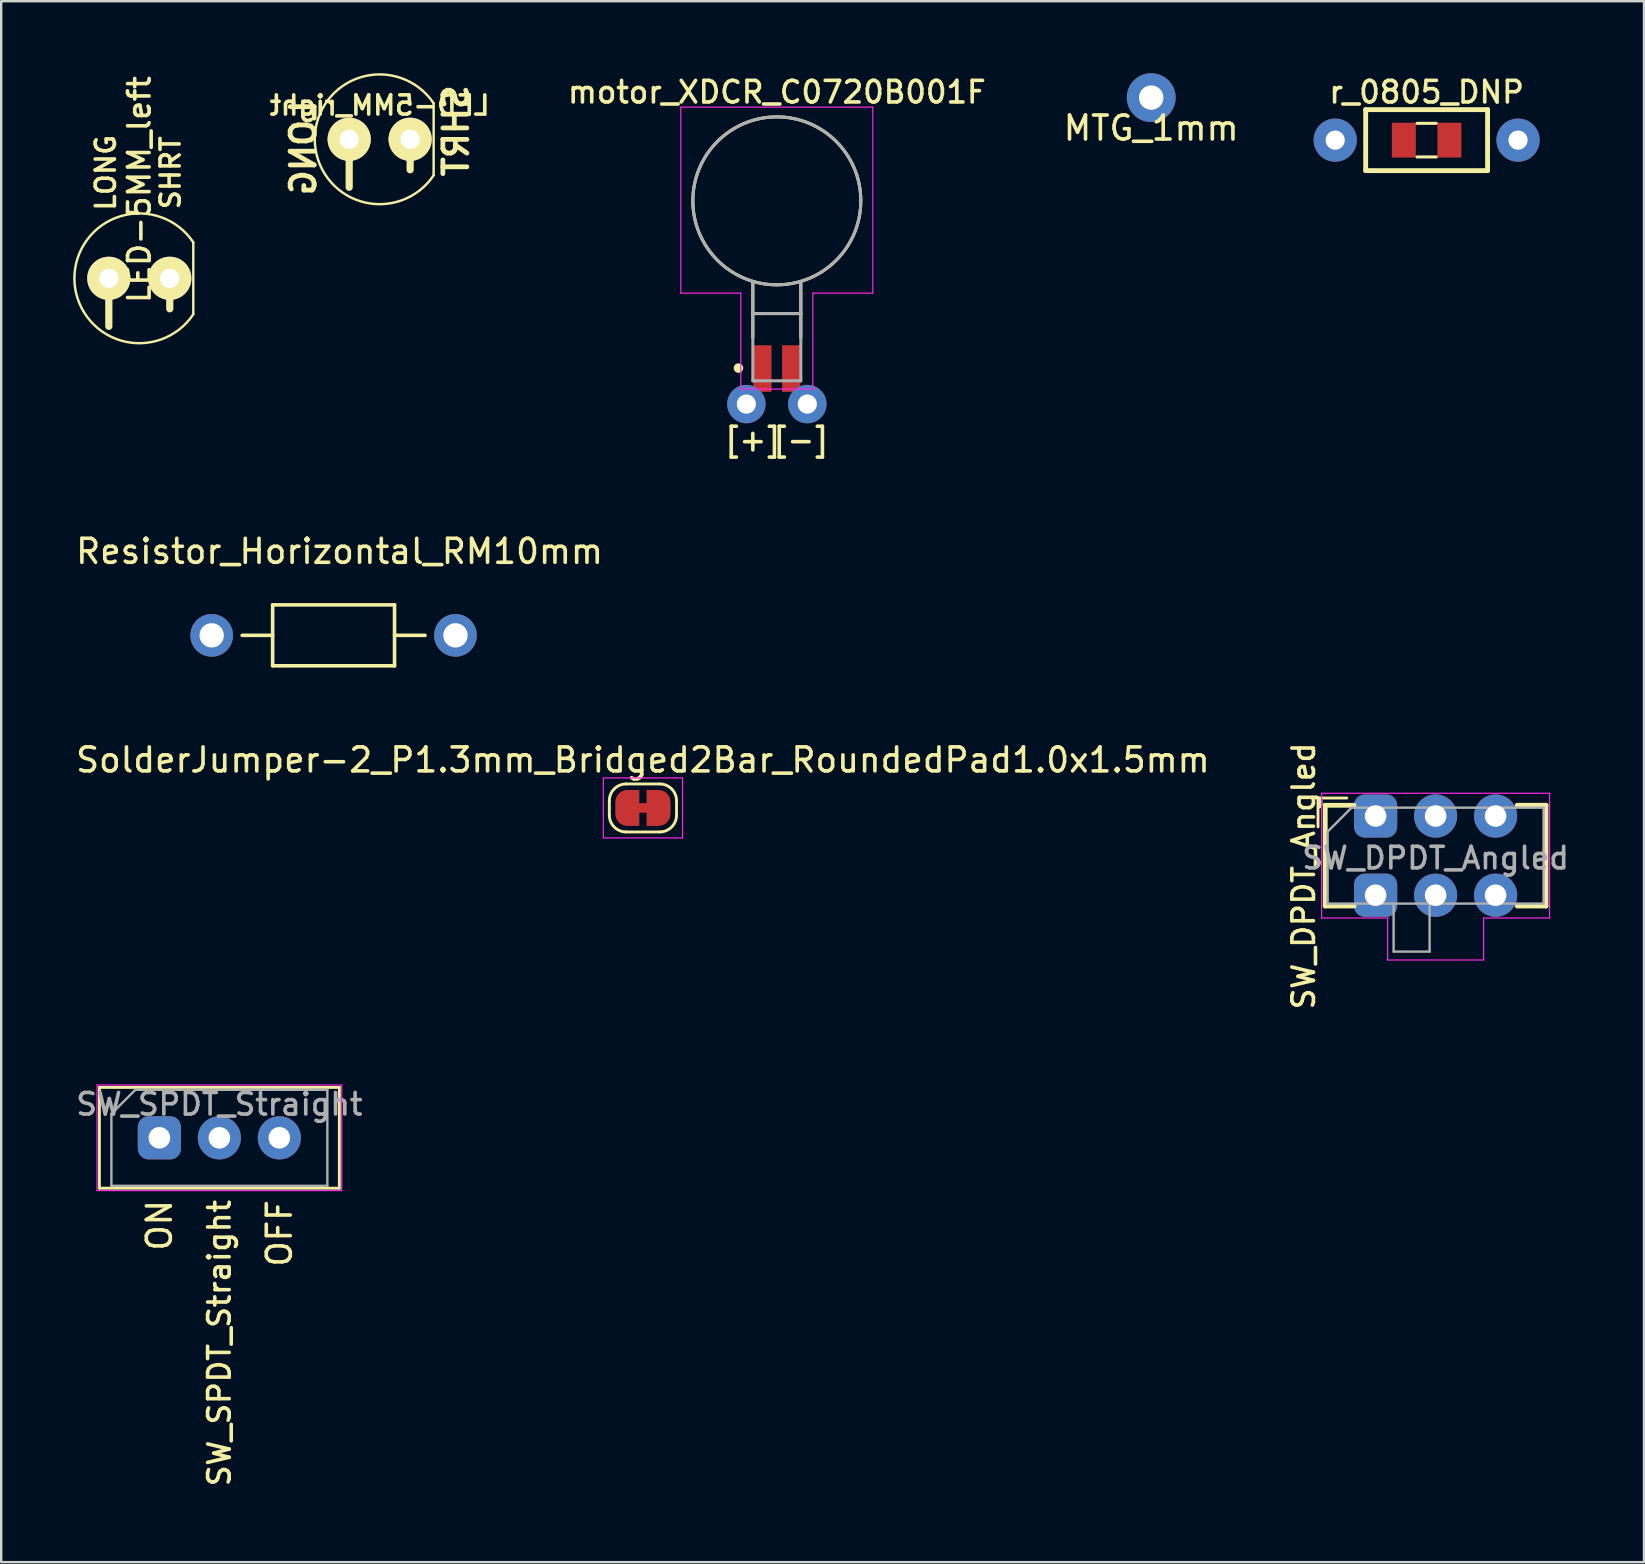
<source format=kicad_pcb>
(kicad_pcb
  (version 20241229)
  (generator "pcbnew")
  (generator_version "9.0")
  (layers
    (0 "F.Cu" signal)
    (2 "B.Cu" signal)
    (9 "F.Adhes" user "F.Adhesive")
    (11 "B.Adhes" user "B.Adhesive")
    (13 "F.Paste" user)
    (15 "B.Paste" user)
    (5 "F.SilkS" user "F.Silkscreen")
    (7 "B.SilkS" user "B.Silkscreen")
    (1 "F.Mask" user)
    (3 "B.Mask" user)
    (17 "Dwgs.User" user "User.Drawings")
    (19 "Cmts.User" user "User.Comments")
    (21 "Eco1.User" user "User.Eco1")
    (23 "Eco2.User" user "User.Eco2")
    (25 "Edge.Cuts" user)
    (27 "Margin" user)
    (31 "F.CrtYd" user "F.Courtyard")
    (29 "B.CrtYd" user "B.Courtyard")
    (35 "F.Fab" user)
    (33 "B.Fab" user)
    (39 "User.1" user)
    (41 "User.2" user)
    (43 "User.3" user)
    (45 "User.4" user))
  (footprint "SW_DPDT_Angled"
    (layer "F.Cu")
    (at 54.278 30.958)
    (property "Reference" "SW_DPDT_Angled" (at -3 2.5 270) (layer "F.SilkS") (effects (font (size 0.9 0.9) (thickness 0.15))))
    (attr through_hole)
    (fp_line (start -2.4 -0.75) (end -2.4 0.45) (stroke (width 0.12) (type solid)) (layer "F.SilkS"))
    (fp_line (start -2.1 -0.45) (end -2.1 3.75) (stroke (width 0.2) (type solid)) (layer "F.SilkS"))
    (fp_line (start -2.1 3.75) (end -0.9 3.75) (stroke (width 0.2) (type solid)) (layer "F.SilkS"))
    (fp_line (start -1.2 -0.75) (end -2.4 -0.75) (stroke (width 0.12) (type solid)) (layer "F.SilkS"))
    (fp_line (start -0.9 -0.45) (end -2.1 -0.45) (stroke (width 0.2) (type solid)) (layer "F.SilkS"))
    (fp_line (start 5.9 -0.45) (end 7.1 -0.45) (stroke (width 0.2) (type solid)) (layer "F.SilkS"))
    (fp_line (start 7.1 -0.45) (end 7.1 3.75) (stroke (width 0.2) (type solid)) (layer "F.SilkS"))
    (fp_line (start 7.1 3.75) (end 5.9 3.75) (stroke (width 0.2) (type solid)) (layer "F.SilkS"))
    (fp_line (start -2.25 -0.95) (end 7.25 -0.95) (stroke (width 0.05) (type solid)) (layer "F.CrtYd"))
    (fp_line (start -2.25 4.25) (end -2.25 -0.95) (stroke (width 0.05) (type solid)) (layer "F.CrtYd"))
    (fp_line (start 0.5 4.25) (end -2.25 4.25) (stroke (width 0.05) (type solid)) (layer "F.CrtYd"))
    (fp_line (start 0.5 4.25) (end 0.5 6) (stroke (width 0.05) (type solid)) (layer "F.CrtYd"))
    (fp_line (start 4.5 6) (end 0.5 6) (stroke (width 0.05) (type solid)) (layer "F.CrtYd"))
    (fp_line (start 4.5 6) (end 4.5 4.25) (stroke (width 0.05) (type solid)) (layer "F.CrtYd"))
    (fp_line (start 7.25 -0.95) (end 7.25 4.25) (stroke (width 0.05) (type solid)) (layer "F.CrtYd"))
    (fp_line (start 7.25 4.25) (end 4.5 4.25) (stroke (width 0.05) (type solid)) (layer "F.CrtYd"))
    (fp_line (start -2 3.65) (end -2 0.65) (stroke (width 0.1) (type solid)) (layer "F.Fab"))
    (fp_line (start -1 -0.35) (end -2 0.65) (stroke (width 0.1) (type solid)) (layer "F.Fab"))
    (fp_line (start -1 -0.35) (end 7 -0.35) (stroke (width 0.1) (type solid)) (layer "F.Fab"))
    (fp_line (start 0.75 3.65) (end 0.75 5.65) (stroke (width 0.1) (type solid)) (layer "F.Fab"))
    (fp_line (start 0.75 5.65) (end 2.25 5.65) (stroke (width 0.1) (type solid)) (layer "F.Fab"))
    (fp_line (start 2.25 5.65) (end 2.25 3.65) (stroke (width 0.1) (type solid)) (layer "F.Fab"))
    (fp_line (start 7 -0.35) (end 7 3.65) (stroke (width 0.1) (type solid)) (layer "F.Fab"))
    (fp_line (start 7 3.65) (end -2 3.65) (stroke (width 0.1) (type solid)) (layer "F.Fab"))
    (fp_text user "${REFERENCE}" (at 2.5 1.75 0) (layer "F.Fab") (effects (font (size 0.9 0.9) (thickness 0.15))))
    (pad "1" thru_hole roundrect (at 0 0) (size 1.8 1.8) (drill 0.9) (layers "*.Cu" "*.Mask") (roundrect_rratio 0.25))
    (pad "1" thru_hole roundrect (at 0 3.3) (size 1.8 1.8) (drill 0.9) (layers "*.Cu" "*.Mask") (roundrect_rratio 0.25))
    (pad "2" thru_hole circle (at 2.5 0) (size 1.8 1.8) (drill 0.9) (layers "*.Cu" "*.Mask"))
    (pad "2" thru_hole circle (at 2.5 3.3) (size 1.8 1.8) (drill 0.9) (layers "*.Cu" "*.Mask"))
    (pad "3" thru_hole circle (at 5 0) (size 1.8 1.8) (drill 0.9) (layers "*.Cu" "*.Mask"))
    (pad "3" thru_hole circle (at 5 3.3) (size 1.8 1.8) (drill 0.9) (layers "*.Cu" "*.Mask")))
  (footprint "SolderJumper-2_P1.3mm_Bridged2Bar_RoundedPad1.0x1.5mm"
    (layer "F.Cu")
    (at 23.744 30.621)
    (property "Reference" "SolderJumper-2_P1.3mm_Bridged2Bar_RoundedPad1.0x1.5mm" (at 0 -2 0) (layer "F.SilkS") (effects (font (size 1 1) (thickness 0.15))))
    (attr exclude_from_pos_files exclude_from_bom)
    (fp_poly (pts (xy -0.25 -0.2) (xy 0.25 -0.2) (xy 0.25 0.2) (xy -0.25 0.2)) (stroke (width 0) (type solid)) (fill yes) (layer "F.Cu"))
    (fp_poly (pts (xy -0.25 -0.2) (xy 0.25 -0.2) (xy 0.25 0.2) (xy -0.25 0.2)) (stroke (width 0) (type solid)) (fill yes) (layer "F.Mask"))
    (fp_line (start -1.4 0.3) (end -1.4 -0.3) (stroke (width 0.12) (type solid)) (layer "F.SilkS"))
    (fp_line (start -0.7 -1) (end 0.7 -1) (stroke (width 0.12) (type solid)) (layer "F.SilkS"))
    (fp_line (start 0.7 1) (end -0.7 1) (stroke (width 0.12) (type solid)) (layer "F.SilkS"))
    (fp_line (start 1.4 -0.3) (end 1.4 0.3) (stroke (width 0.12) (type solid)) (layer "F.SilkS"))
    (fp_arc (start -1.4 -0.3) (mid -1.194975 -0.794975) (end -0.7 -1) (stroke (width 0.12) (type solid)) (layer "F.SilkS"))
    (fp_arc (start -0.7 1) (mid -1.194975 0.794975) (end -1.4 0.3) (stroke (width 0.12) (type solid)) (layer "F.SilkS"))
    (fp_arc (start 0.7 -1) (mid 1.194975 -0.794975) (end 1.4 -0.3) (stroke (width 0.12) (type solid)) (layer "F.SilkS"))
    (fp_arc (start 1.4 0.3) (mid 1.194975 0.794975) (end 0.7 1) (stroke (width 0.12) (type solid)) (layer "F.SilkS"))
    (fp_line (start -1.65 -1.25) (end -1.65 1.25) (stroke (width 0.05) (type solid)) (layer "F.CrtYd"))
    (fp_line (start -1.65 -1.25) (end 1.65 -1.25) (stroke (width 0.05) (type solid)) (layer "F.CrtYd"))
    (fp_line (start 1.65 1.25) (end -1.65 1.25) (stroke (width 0.05) (type solid)) (layer "F.CrtYd"))
    (fp_line (start 1.65 1.25) (end 1.65 -1.25) (stroke (width 0.05) (type solid)) (layer "F.CrtYd"))
    (pad "1" smd custom (at -0.65 0) (size 1 0.5) (layers "F.Cu" "F.Mask") (options (anchor rect)) (primitives (gr_circle (center 0 0.25) (end 0.5 0.25) (width 0) (fill yes)) (gr_circle (center 0 -0.25) (end 0.5 -0.25) (width 0) (fill yes)) (gr_poly (pts (xy 0.5 0.75) (xy 0.5 -0.75) (xy 0 -0.75) (xy 0 0.75)) (width 0) (fill yes))))
    (pad "2" smd custom (at 0.65 0) (size 1 0.5) (layers "F.Cu" "F.Mask") (options (anchor rect)) (primitives (gr_circle (center 0 0.25) (end 0.5 0.25) (width 0) (fill yes)) (gr_circle (center 0 -0.25) (end 0.5 -0.25) (width 0) (fill yes)) (gr_poly (pts (xy -0.5 0.75) (xy -0.5 -0.75) (xy 0 -0.75) (xy 0 0.75)) (width 0) (fill yes)))))
  (footprint "r_0805_DNP"
    (layer "F.Cu")
    (at 56.404 2.79)
    (property "Reference" "r_0805_DNP" (at 0 -2 0) (layer "F.SilkS") (effects (font (size 0.9 0.9) (thickness 0.15))))
    (attr smd)
    (fp_line (start -2.54 -1.27) (end -2.54 1.27) (stroke (width 0.203) (type solid)) (layer "F.SilkS"))
    (fp_line (start -2.54 1.27) (end 2.54 1.27) (stroke (width 0.203) (type solid)) (layer "F.SilkS"))
    (fp_line (start -0.4 -0.7) (end 0.4 -0.7) (stroke (width 0.127) (type solid)) (layer "F.SilkS"))
    (fp_line (start 0.4 0.7) (end -0.4 0.7) (stroke (width 0.127) (type solid)) (layer "F.SilkS"))
    (fp_line (start 2.54 -1.27) (end -2.54 -1.27) (stroke (width 0.203) (type solid)) (layer "F.SilkS"))
    (fp_line (start 2.54 1.27) (end 2.54 -1.27) (stroke (width 0.203) (type solid)) (layer "F.SilkS"))
    (pad "1" thru_hole circle (at -3.81 0) (size 1.8 1.8) (drill 0.8) (layers "*.Cu" "*.Mask"))
    (pad "1" smd rect (at -0.95 0) (size 1 1.45) (layers "F.Cu" "F.Mask" "F.Paste"))
    (pad "2" smd rect (at 0.95 0) (size 1 1.45) (layers "F.Cu" "F.Mask" "F.Paste"))
    (pad "2" thru_hole circle (at 3.81 0) (size 1.8 1.8) (drill 0.8) (layers "*.Cu" "*.Mask")))
  (footprint "SW_SPDT_Straight"
    (layer "F.Cu")
    (at 6.092 44.368)
    (property "Reference" "SW_SPDT_Straight" (at 0 2.5 90) (layer "F.SilkS") (effects (font (size 0.9 0.9) (thickness 0.15)) (justify right)))
    (attr through_hole)
    (fp_line (start -5 -2.1) (end 5 -2.1) (stroke (width 0.12) (type solid)) (layer "F.SilkS"))
    (fp_line (start -5 2.1) (end -5 -2.1) (stroke (width 0.12) (type solid)) (layer "F.SilkS"))
    (fp_line (start 5 -2.1) (end 5 2.1) (stroke (width 0.12) (type solid)) (layer "F.SilkS"))
    (fp_line (start 5 2.1) (end -5 2.1) (stroke (width 0.12) (type solid)) (layer "F.SilkS"))
    (fp_line (start -5.1 -2.2) (end 5.1 -2.2) (stroke (width 0.05) (type solid)) (layer "F.CrtYd"))
    (fp_line (start -5.1 2.2) (end -5.1 -2.2) (stroke (width 0.05) (type solid)) (layer "F.CrtYd"))
    (fp_line (start 5.1 -2.2) (end 5.1 2.2) (stroke (width 0.05) (type solid)) (layer "F.CrtYd"))
    (fp_line (start 5.1 2.2) (end -5.1 2.2) (stroke (width 0.05) (type solid)) (layer "F.CrtYd"))
    (fp_line (start -4.5 2) (end -4.5 -1) (stroke (width 0.1) (type solid)) (layer "F.Fab"))
    (fp_line (start -3.5 -2) (end -4.5 -1) (stroke (width 0.1) (type solid)) (layer "F.Fab"))
    (fp_line (start -3.5 -2) (end 4.5 -2) (stroke (width 0.1) (type solid)) (layer "F.Fab"))
    (fp_line (start 4.5 -2) (end 4.5 2) (stroke (width 0.1) (type solid)) (layer "F.Fab"))
    (fp_line (start 4.5 2) (end -4.5 2) (stroke (width 0.1) (type solid)) (layer "F.Fab"))
    (fp_text user "ON" (at -2.5 2.5 270) (layer "F.SilkS") (effects (font (size 1 1) (thickness 0.15)) (justify right)))
    (fp_text user "OFF" (at 2.5 2.5 270) (layer "F.SilkS") (effects (font (size 1 1) (thickness 0.15)) (justify right)))
    (fp_text user "${REFERENCE}" (at 0 -1.4 0) (layer "F.Fab") (effects (font (size 0.9 0.9) (thickness 0.15))))
    (pad "1" thru_hole roundrect (at -2.5 0) (size 1.8 1.8) (drill 0.9) (layers "*.Cu" "*.Mask") (roundrect_rratio 0.25))
    (pad "2" thru_hole circle (at 0 0) (size 1.8 1.8) (drill 0.9) (layers "*.Cu" "*.Mask"))
    (pad "3" thru_hole circle (at 2.5 0) (size 1.8 1.8) (drill 0.9) (layers "*.Cu" "*.Mask")))
  (footprint "LED-5MM_left"
    (layer "F.Cu")
    (at 2.755 8.549)
    (property "Reference" "LED-5MM_left" (at 0 -3.7 270) (layer "F.SilkS") (effects (font (size 0.9 0.9) (thickness 0.15))))
    (attr through_hole)
    (fp_line (start -1.27 0) (end -1.27 2) (stroke (width 0.3) (type solid)) (layer "F.SilkS"))
    (fp_line (start 1.27 0) (end 1.27 1.27) (stroke (width 0.3) (type solid)) (layer "F.SilkS"))
    (fp_line (start 2.25 -1.5) (end 2.25 1.5) (stroke (width 0.102) (type solid)) (layer "F.SilkS"))
    (fp_arc (start 2.25 1.5) (mid -2.704163 0.000469) (end 2.24948 -1.50078) (stroke (width 0.1016) (type solid)) (layer "F.SilkS"))
    (fp_text user "SHRT" (at 1.3 -4.4 90) (layer "F.SilkS") (effects (font (size 0.8 0.8) (thickness 0.15))))
    (fp_text user "LONG" (at -1.4 -4.4 90) (layer "F.SilkS") (effects (font (size 0.8 0.8) (thickness 0.15))))
    (pad "1" thru_hole circle (at -1.27 0) (size 1.8 1.8) (drill 0.8) (layers "*.Cu" "*.Mask" "F.SilkS"))
    (pad "2" thru_hole circle (at 1.27 0) (size 1.8 1.8) (drill 0.8) (layers "*.Cu" "*.Mask" "F.SilkS")))
  (footprint "LED-5MM_right"
    (layer "F.Cu")
    (at 12.772 2.755)
    (property "Reference" "LED-5MM_right" (at 0 -1.414 0) (layer "F.SilkS") (effects (font (size 0.8 0.8) (thickness 0.15)) (justify mirror)))
    (attr through_hole)
    (fp_line (start -1.27 0) (end -1.27 2) (stroke (width 0.3) (type solid)) (layer "F.SilkS"))
    (fp_line (start 1.27 0) (end 1.27 1.27) (stroke (width 0.3) (type solid)) (layer "F.SilkS"))
    (fp_line (start 2.25 -1.5) (end 2.25 1.5) (stroke (width 0.102) (type solid)) (layer "F.SilkS"))
    (fp_arc (start 2.25 1.5) (mid -2.704163 0.000469) (end 2.24948 -1.50078) (stroke (width 0.1016) (type solid)) (layer "F.SilkS"))
    (fp_text user "LONG" (at -3.182 0.354 270) (layer "F.SilkS") (effects (font (size 1 1) (thickness 0.2)) (justify mirror)))
    (fp_text user "SHRT" (at 3.182 -0.354 270) (layer "F.SilkS") (effects (font (size 1 1) (thickness 0.2)) (justify mirror)))
    (pad "1" thru_hole circle (at -1.27 0) (size 1.8 1.8) (drill 0.8) (layers "*.Cu" "*.Mask" "F.SilkS"))
    (pad "2" thru_hole circle (at 1.27 0) (size 1.8 1.8) (drill 0.8) (layers "*.Cu" "*.Mask" "F.SilkS")))
  (footprint "motor_XDCR_C0720B001F"
    (layer "F.Cu")
    (at 29.324 7.29)
    (property "Reference" "motor_XDCR_C0720B001F" (at 0 -6.5 180) (layer "F.SilkS") (effects (font (size 0.9 0.9) (thickness 0.15))))
    (attr through_hole)
    (fp_line (start -1 2.73) (end -1 1.425) (stroke (width 0.127) (type solid)) (layer "F.SilkS"))
    (fp_line (start -1 2.73) (end 1 2.73) (stroke (width 0.127) (type solid)) (layer "F.SilkS"))
    (fp_line (start -1 3.725) (end -1 2.73) (stroke (width 0.127) (type solid)) (layer "F.SilkS"))
    (fp_line (start 1 2.73) (end 1 1.425) (stroke (width 0.127) (type solid)) (layer "F.SilkS"))
    (fp_line (start 1 3.725) (end 1 2.73) (stroke (width 0.127) (type solid)) (layer "F.SilkS"))
    (fp_circle (center -1.6 5) (end -1.5 5) (stroke (width 0.2) (type solid)) (fill no) (layer "F.SilkS"))
    (fp_circle (center 0 -1.97) (end 3.5 -1.97) (stroke (width 0.127) (type solid)) (fill no) (layer "F.SilkS"))
    (fp_line (start -4 -5.875) (end 4 -5.875) (stroke (width 0.05) (type solid)) (layer "F.CrtYd"))
    (fp_line (start -4 1.875) (end -4 -5.875) (stroke (width 0.05) (type solid)) (layer "F.CrtYd"))
    (fp_line (start -1.5 1.875) (end -4 1.875) (stroke (width 0.05) (type solid)) (layer "F.CrtYd"))
    (fp_line (start -1.5 5.875) (end -1.5 1.875) (stroke (width 0.05) (type solid)) (layer "F.CrtYd"))
    (fp_line (start 1.5 1.875) (end 1.5 5.875) (stroke (width 0.05) (type solid)) (layer "F.CrtYd"))
    (fp_line (start 1.5 5.875) (end -1.5 5.875) (stroke (width 0.05) (type solid)) (layer "F.CrtYd"))
    (fp_line (start 4 -5.875) (end 4 1.875) (stroke (width 0.05) (type solid)) (layer "F.CrtYd"))
    (fp_line (start 4 1.875) (end 1.5 1.875) (stroke (width 0.05) (type solid)) (layer "F.CrtYd"))
    (fp_line (start -1 2.725) (end 1 2.725) (stroke (width 0.127) (type solid)) (layer "F.Fab"))
    (fp_line (start -1 5.53) (end -1 1.425) (stroke (width 0.127) (type solid)) (layer "F.Fab"))
    (fp_line (start 1 2.725) (end 1 1.425) (stroke (width 0.127) (type solid)) (layer "F.Fab"))
    (fp_line (start 1 2.73) (end 1 5.53) (stroke (width 0.127) (type solid)) (layer "F.Fab"))
    (fp_line (start 1 5.53) (end -1 5.53) (stroke (width 0.127) (type solid)) (layer "F.Fab"))
    (fp_circle (center 0 -1.97) (end 3.5 -1.97) (stroke (width 0.127) (type solid)) (fill no) (layer "F.Fab"))
    (fp_text user "[+]" (at -1 8 0) (layer "F.SilkS") (effects (font (size 0.9 0.9) (thickness 0.15))))
    (fp_text user "[-]" (at 1 8 0) (layer "F.SilkS") (effects (font (size 0.9 0.9) (thickness 0.15))))
    (pad "1" thru_hole circle (at -1.27 6.5) (size 1.6 1.6) (drill 0.8) (layers "*.Cu" "*.Mask"))
    (pad "1" smd rect (at -0.6 5.02) (size 0.76 1.94) (layers "F.Cu" "F.Mask" "F.Paste"))
    (pad "2" smd rect (at 0.6 5.02) (size 0.76 1.94) (layers "F.Cu" "F.Mask" "F.Paste"))
    (pad "2" thru_hole circle (at 1.27 6.5) (size 1.6 1.6) (drill 0.8) (layers "*.Cu" "*.Mask")))
  (footprint "MTG_1mm"
    (layer "F.Cu")
    (at 44.926 1.018)
    (property "Reference" "MTG_1mm" (at 0 1.27 0) (layer "F.SilkS") (effects (font (size 1 1) (thickness 0.15))))
    (attr through_hole)
    (pad "1" thru_hole circle (at 0 0) (size 2.036 2.036) (drill 1.018) (layers "*.Cu" "*.Mask")))
  (footprint "Resistor_Horizontal_RM10mm"
    (layer "F.Cu")
    (at 10.852 23.428)
    (property "Reference" "Resistor_Horizontal_RM10mm" (at 0.249 -3.5 0) (layer "F.SilkS") (effects (font (size 1 1) (thickness 0.15))))
    (attr through_hole)
    (fp_line (start -2.54 -1.27) (end 2.54 -1.27) (stroke (width 0.15) (type solid)) (layer "F.SilkS"))
    (fp_line (start -2.54 0) (end -3.81 0) (stroke (width 0.15) (type solid)) (layer "F.SilkS"))
    (fp_line (start -2.54 1.27) (end -2.54 -1.27) (stroke (width 0.15) (type solid)) (layer "F.SilkS"))
    (fp_line (start 2.54 -1.27) (end 2.54 1.27) (stroke (width 0.15) (type solid)) (layer "F.SilkS"))
    (fp_line (start 2.54 0) (end 3.81 0) (stroke (width 0.15) (type solid)) (layer "F.SilkS"))
    (fp_line (start 2.54 1.27) (end -2.54 1.27) (stroke (width 0.15) (type solid)) (layer "F.SilkS"))
    (pad "1" thru_hole circle (at -5.08 0) (size 1.778 1.778) (drill 1.016) (layers "*.Cu" "*.Mask"))
    (pad "2" thru_hole circle (at 5.08 0) (size 1.778 1.778) (drill 1.016) (layers "*.Cu" "*.Mask")))
  (gr_rect
    (start -3 -3)
    (end 65.463 62.052)
    (stroke (width 0.1) (type default))
    (fill no)
    (layer "Edge.Cuts")))
</source>
